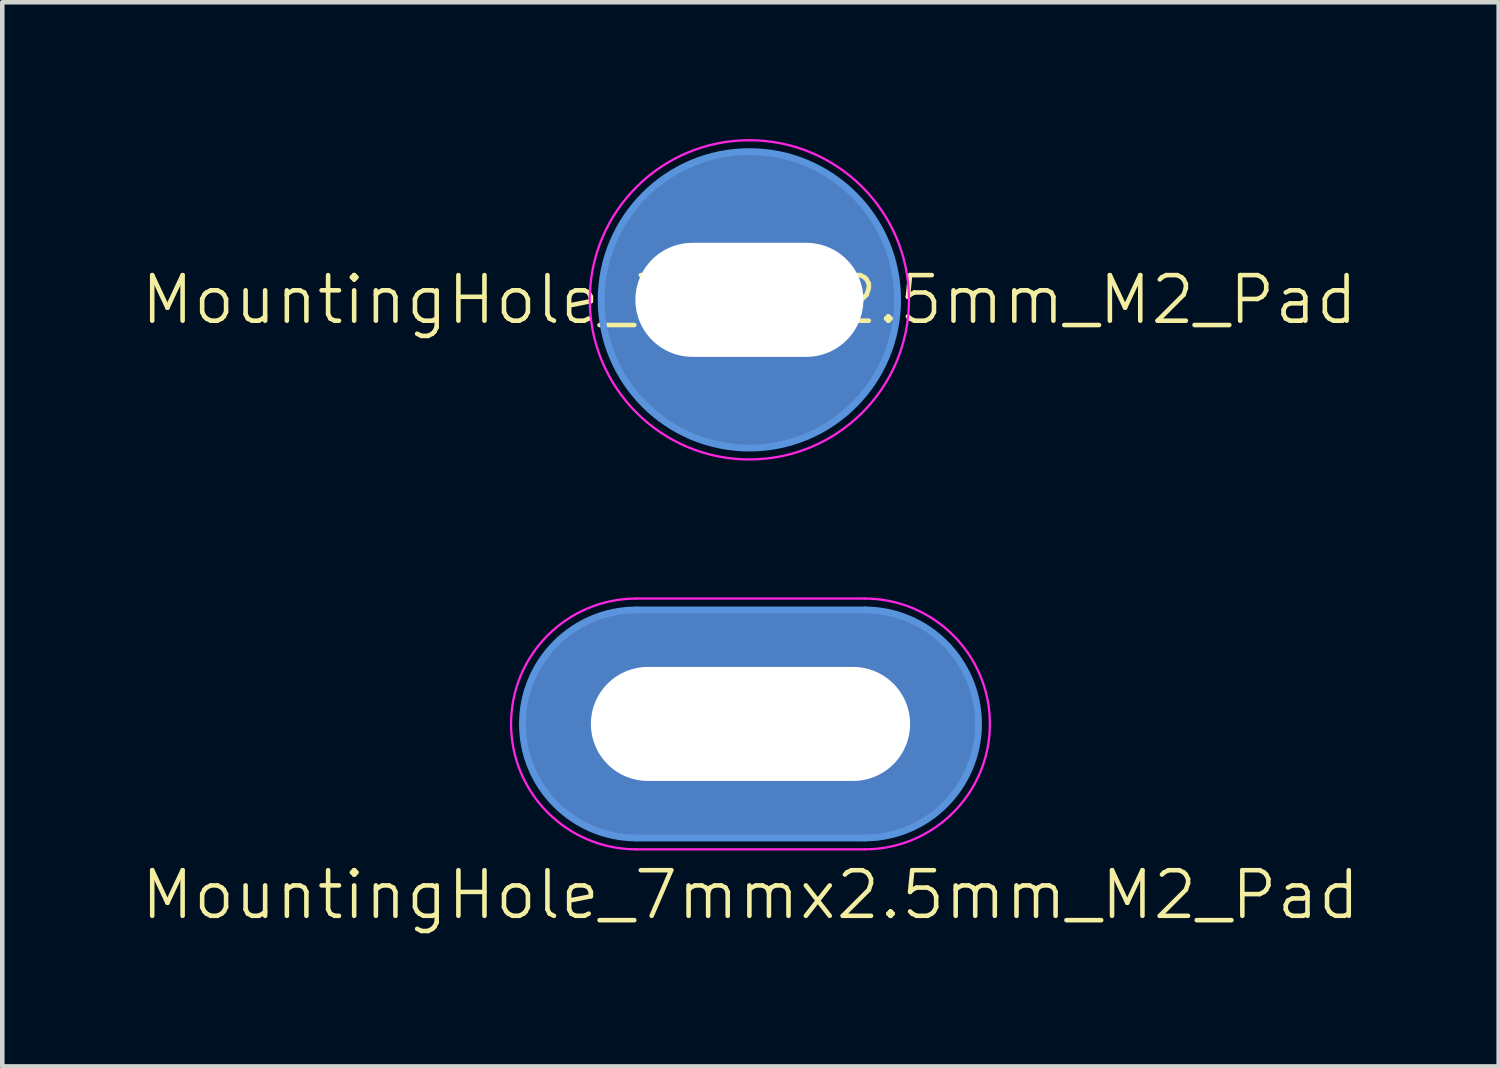
<source format=kicad_pcb>
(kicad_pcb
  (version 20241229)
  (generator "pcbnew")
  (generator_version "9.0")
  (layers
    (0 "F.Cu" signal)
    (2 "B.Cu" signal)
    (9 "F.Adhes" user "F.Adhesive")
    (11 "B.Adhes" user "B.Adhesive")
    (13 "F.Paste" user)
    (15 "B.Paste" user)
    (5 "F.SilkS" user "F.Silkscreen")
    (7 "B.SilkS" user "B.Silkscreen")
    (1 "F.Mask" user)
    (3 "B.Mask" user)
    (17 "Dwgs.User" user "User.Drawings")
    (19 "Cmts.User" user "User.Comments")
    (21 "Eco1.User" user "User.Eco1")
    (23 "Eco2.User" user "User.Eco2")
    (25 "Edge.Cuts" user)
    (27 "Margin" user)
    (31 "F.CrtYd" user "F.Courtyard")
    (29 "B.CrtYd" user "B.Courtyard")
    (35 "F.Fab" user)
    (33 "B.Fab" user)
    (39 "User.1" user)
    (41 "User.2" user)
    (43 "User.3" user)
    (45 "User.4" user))
  (footprint "MountingHole_7mmx2.5mm_M2_Pad"
    (layer "F.Cu")
    (at 13.407 12.825)
    (property "Reference" "MountingHole_7mmx2.5mm_M2_Pad" (at 0 3.75 0) (unlocked yes) (layer "F.SilkS") (effects (font (size 1 1) (thickness 0.1))))
    (attr smd)
    (fp_line (start -2.5 -2.5) (end 2.5 -2.5) (stroke (width 0.15) (type default)) (layer "Cmts.User"))
    (fp_line (start -2.5 2.5) (end 2.5 2.5) (stroke (width 0.15) (type default)) (layer "Cmts.User"))
    (fp_arc (start -2.5 2.5) (mid -5 0) (end -2.5 -2.5) (stroke (width 0.15) (type default)) (layer "Cmts.User"))
    (fp_arc (start 2.5 -2.5) (mid 5 0) (end 2.5 2.5) (stroke (width 0.15) (type default)) (layer "Cmts.User"))
    (fp_line (start -2.5 -2.75) (end 2.5 -2.75) (stroke (width 0.05) (type default)) (layer "F.CrtYd"))
    (fp_line (start -2.5 2.75) (end 2.5 2.75) (stroke (width 0.05) (type default)) (layer "F.CrtYd"))
    (fp_arc (start -2.5 2.75) (mid -5.25 0) (end -2.5 -2.75) (stroke (width 0.05) (type default)) (layer "F.CrtYd"))
    (fp_arc (start 2.5 -2.75) (mid 5.25 0) (end 2.5 2.75) (stroke (width 0.05) (type default)) (layer "F.CrtYd"))
    (pad "1" thru_hole oval (at 0 0) (size 10 5) (drill oval 7 2.5) (layers "*.Cu" "*.Mask")))
  (footprint "MountingHole_7mm_2.5mm_M2_Pad"
    (layer "F.Cu")
    (at 13.383 3.525)
    (property "Reference" "MountingHole_7mm_2.5mm_M2_Pad" (at 0 0 0) (unlocked yes) (layer "F.SilkS") (effects (font (size 1 1) (thickness 0.1))))
    (attr smd)
    (fp_circle (center 0 0) (end 3.25 0) (stroke (width 0.15) (type default)) (fill no) (layer "Cmts.User"))
    (fp_circle (center 0 0) (end 3.5 0) (stroke (width 0.05) (type default)) (fill no) (layer "F.CrtYd"))
    (pad "1" thru_hole circle (at 0 0) (size 6.5 6.5) (drill oval 5 2.5) (layers "*.Cu" "*.Mask")))
  (gr_rect
    (start -3 -3)
    (end 29.814 20.335)
    (stroke (width 0.1) (type default))
    (fill no)
    (layer "Edge.Cuts")))
</source>
